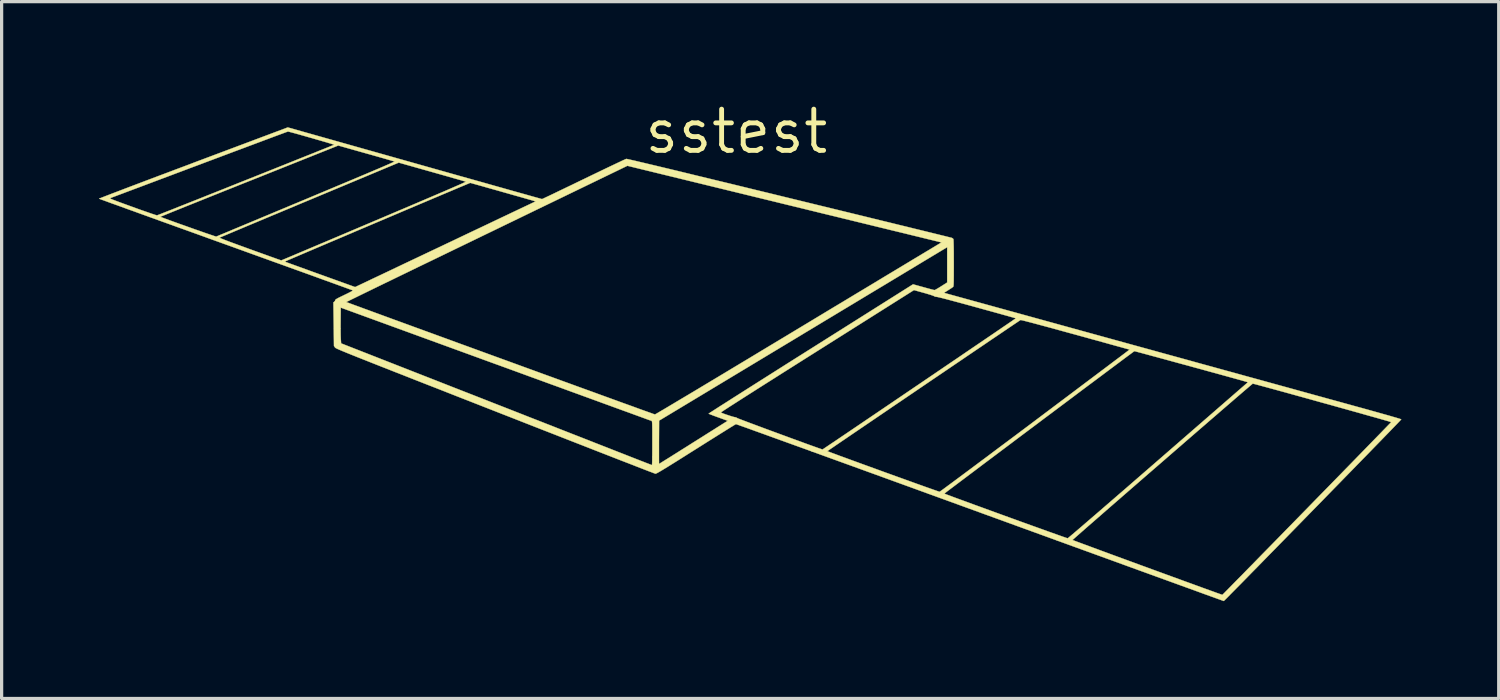
<source format=kicad_pcb>
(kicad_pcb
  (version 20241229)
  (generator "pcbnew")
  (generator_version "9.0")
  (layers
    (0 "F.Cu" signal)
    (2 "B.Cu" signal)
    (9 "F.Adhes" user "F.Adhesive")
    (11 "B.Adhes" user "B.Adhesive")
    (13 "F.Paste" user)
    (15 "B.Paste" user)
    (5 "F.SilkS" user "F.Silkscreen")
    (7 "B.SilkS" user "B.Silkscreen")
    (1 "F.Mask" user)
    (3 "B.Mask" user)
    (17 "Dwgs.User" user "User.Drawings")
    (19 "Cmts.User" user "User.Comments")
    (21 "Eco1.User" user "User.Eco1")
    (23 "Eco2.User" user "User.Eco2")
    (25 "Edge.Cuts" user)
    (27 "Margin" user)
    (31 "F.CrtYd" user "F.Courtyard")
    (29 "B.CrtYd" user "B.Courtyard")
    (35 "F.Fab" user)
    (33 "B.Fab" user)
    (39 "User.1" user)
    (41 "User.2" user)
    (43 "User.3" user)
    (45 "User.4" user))
  (footprint "sstest"
    (layer "F.Cu")
    (at 19.655 1.006)
    (property "Reference" "sstest" (at 0 0 0) (layer "F.SilkS") (effects (font (size 1.27 1.27) (thickness 0.15))))
    (attr through_hole)
    (fp_poly (pts (xy -9.918 0.978) (xy -9.61 1.065) (xy -9.309 1.15) (xy -9.014 1.233) (xy -8.728 1.314) (xy -8.451 1.392) (xy -8.183 1.467) (xy -7.927 1.539) (xy -7.682 1.608) (xy -7.45 1.674) (xy -7.232 1.735) (xy -7.028 1.793) (xy -6.84 1.846) (xy -6.668 1.894) (xy -6.513 1.937) (xy -6.376 1.976) (xy -6.259 2.009) (xy -6.162 2.036) (xy -6.085 2.057) (xy -6.031 2.072) (xy -5.999 2.081) (xy -5.991 2.083) (xy -5.978 2.077) (xy -5.943 2.062) (xy -5.889 2.036) (xy -5.816 2.002) (xy -5.726 1.959) (xy -5.621 1.909) (xy -5.502 1.851) (xy -5.37 1.788) (xy -5.227 1.719) (xy -5.074 1.646) (xy -4.914 1.568) (xy -4.746 1.487) (xy -4.704 1.467) (xy -4.535 1.385) (xy -4.371 1.306) (xy -4.215 1.231) (xy -4.068 1.16) (xy -3.932 1.095) (xy -3.807 1.036) (xy -3.696 0.983) (xy -3.6 0.938) (xy -3.521 0.9) (xy -3.459 0.872) (xy -3.417 0.853) (xy -3.396 0.844) (xy -3.394 0.843) (xy -3.38 0.845) (xy -3.345 0.852) (xy -3.29 0.864) (xy -3.213 0.882) (xy -3.115 0.904) (xy -2.995 0.933) (xy -2.853 0.966) (xy -2.69 1.005) (xy -2.504 1.049) (xy -2.296 1.099) (xy -2.065 1.154) (xy -1.812 1.215) (xy -1.536 1.282) (xy -1.237 1.355) (xy -0.914 1.433) (xy -0.568 1.517) (xy -0.199 1.606) (xy 0.195 1.702) (xy 0.612 1.804) (xy 1.054 1.911) (xy 1.52 2.025) (xy 1.627 2.051) (xy 1.976 2.136) (xy 2.32 2.22) (xy 2.656 2.302) (xy 2.985 2.382) (xy 3.305 2.46) (xy 3.616 2.536) (xy 3.916 2.609) (xy 4.205 2.68) (xy 4.482 2.748) (xy 4.747 2.812) (xy 4.998 2.874) (xy 5.234 2.931) (xy 5.455 2.986) (xy 5.66 3.036) (xy 5.848 3.082) (xy 6.019 3.124) (xy 6.17 3.161) (xy 6.303 3.194) (xy 6.415 3.221) (xy 6.506 3.244) (xy 6.575 3.261) (xy 6.621 3.273) (xy 6.644 3.278) (xy 6.646 3.279) (xy 6.676 3.297) (xy 6.693 3.316) (xy 6.696 3.333) (xy 6.698 3.375) (xy 6.7 3.438) (xy 6.702 3.523) (xy 6.704 3.627) (xy 6.705 3.749) (xy 6.705 3.887) (xy 6.706 4.04) (xy 6.706 4.055) (xy 6.706 4.208) (xy 6.705 4.338) (xy 6.705 4.447) (xy 6.704 4.536) (xy 6.704 4.608) (xy 6.702 4.665) (xy 6.701 4.708) (xy 6.698 4.739) (xy 6.696 4.761) (xy 6.692 4.776) (xy 6.688 4.785) (xy 6.684 4.791) (xy 6.683 4.791) (xy 6.664 4.805) (xy 6.629 4.83) (xy 6.582 4.86) (xy 6.532 4.892) (xy 6.403 4.974) (xy 12.361 6.617) (xy 12.752 6.724) (xy 13.141 6.832) (xy 13.527 6.938) (xy 13.91 7.043) (xy 14.287 7.148) (xy 14.659 7.25) (xy 15.025 7.351) (xy 15.383 7.449) (xy 15.732 7.546) (xy 16.072 7.639) (xy 16.401 7.73) (xy 16.72 7.818) (xy 17.026 7.902) (xy 17.319 7.983) (xy 17.597 8.06) (xy 17.861 8.133) (xy 18.109 8.201) (xy 18.34 8.265) (xy 18.553 8.323) (xy 18.747 8.377) (xy 18.922 8.425) (xy 19.076 8.468) (xy 19.208 8.504) (xy 19.318 8.534) (xy 19.404 8.558) (xy 19.412 8.56) (xy 19.573 8.605) (xy 19.727 8.648) (xy 19.872 8.689) (xy 20.007 8.727) (xy 20.129 8.761) (xy 20.237 8.793) (xy 20.329 8.819) (xy 20.404 8.842) (xy 20.459 8.859) (xy 20.493 8.87) (xy 20.504 8.875) (xy 20.495 8.885) (xy 20.47 8.913) (xy 20.428 8.956) (xy 20.371 9.016) (xy 20.299 9.09) (xy 20.214 9.178) (xy 20.116 9.28) (xy 20.006 9.393) (xy 19.885 9.518) (xy 19.753 9.653) (xy 19.612 9.798) (xy 19.463 9.952) (xy 19.305 10.113) (xy 19.14 10.282) (xy 18.97 10.457) (xy 18.793 10.638) (xy 18.613 10.823) (xy 18.428 11.012) (xy 18.241 11.204) (xy 18.052 11.398) (xy 17.861 11.593) (xy 17.67 11.788) (xy 17.48 11.983) (xy 17.29 12.177) (xy 17.103 12.368) (xy 16.919 12.557) (xy 16.738 12.741) (xy 16.562 12.921) (xy 16.391 13.095) (xy 16.227 13.263) (xy 16.07 13.424) (xy 15.92 13.576) (xy 15.779 13.72) (xy 15.648 13.854) (xy 15.527 13.977) (xy 15.417 14.088) (xy 15.319 14.187) (xy 15.234 14.273) (xy 15.163 14.346) (xy 15.106 14.403) (xy 15.064 14.444) (xy 15.039 14.469) (xy 15.03 14.476) (xy 15.018 14.472) (xy 14.982 14.459) (xy 14.924 14.438) (xy 14.843 14.409) (xy 14.742 14.372) (xy 14.619 14.328) (xy 14.477 14.277) (xy 14.315 14.218) (xy 14.135 14.152) (xy 13.936 14.08) (xy 13.72 14.002) (xy 13.487 13.917) (xy 13.238 13.827) (xy 12.973 13.731) (xy 12.693 13.629) (xy 12.4 13.523) (xy 12.092 13.411) (xy 11.771 13.294) (xy 11.438 13.173) (xy 11.094 13.048) (xy 10.738 12.919) (xy 10.371 12.786) (xy 9.995 12.649) (xy 9.847 12.595) (xy 10.366 12.595) (xy 10.378 12.6) (xy 10.412 12.613) (xy 10.467 12.634) (xy 10.542 12.662) (xy 10.634 12.696) (xy 10.744 12.737) (xy 10.87 12.783) (xy 11.009 12.835) (xy 11.161 12.891) (xy 11.324 12.951) (xy 11.497 13.015) (xy 11.679 13.082) (xy 11.868 13.151) (xy 12.062 13.222) (xy 12.261 13.295) (xy 12.462 13.369) (xy 12.665 13.443) (xy 12.869 13.518) (xy 13.07 13.591) (xy 13.269 13.664) (xy 13.464 13.735) (xy 13.654 13.804) (xy 13.836 13.871) (xy 14.011 13.934) (xy 14.175 13.994) (xy 14.328 14.05) (xy 14.469 14.101) (xy 14.596 14.147) (xy 14.708 14.187) (xy 14.803 14.222) (xy 14.879 14.249) (xy 14.937 14.269) (xy 14.973 14.282) (xy 14.987 14.286) (xy 14.996 14.278) (xy 15.023 14.251) (xy 15.066 14.208) (xy 15.124 14.149) (xy 15.197 14.075) (xy 15.285 13.985) (xy 15.386 13.882) (xy 15.5 13.766) (xy 15.627 13.638) (xy 15.764 13.497) (xy 15.913 13.346) (xy 16.071 13.184) (xy 16.239 13.012) (xy 16.416 12.832) (xy 16.601 12.643) (xy 16.793 12.447) (xy 16.991 12.244) (xy 17.196 12.035) (xy 17.405 11.821) (xy 17.592 11.63) (xy 17.805 11.411) (xy 18.014 11.197) (xy 18.218 10.989) (xy 18.416 10.786) (xy 18.607 10.591) (xy 18.79 10.403) (xy 18.966 10.223) (xy 19.132 10.052) (xy 19.289 9.891) (xy 19.436 9.74) (xy 19.572 9.6) (xy 19.697 9.472) (xy 19.809 9.357) (xy 19.908 9.255) (xy 19.994 9.166) (xy 20.065 9.093) (xy 20.121 9.035) (xy 20.162 8.993) (xy 20.186 8.968) (xy 20.192 8.96) (xy 20.181 8.956) (xy 20.146 8.945) (xy 20.09 8.928) (xy 20.014 8.906) (xy 19.919 8.879) (xy 19.808 8.847) (xy 19.681 8.811) (xy 19.54 8.772) (xy 19.387 8.729) (xy 19.223 8.682) (xy 19.05 8.634) (xy 18.868 8.583) (xy 18.681 8.531) (xy 18.488 8.477) (xy 18.293 8.422) (xy 18.095 8.368) (xy 17.898 8.313) (xy 17.701 8.258) (xy 17.507 8.204) (xy 17.318 8.152) (xy 17.134 8.101) (xy 16.958 8.052) (xy 16.79 8.006) (xy 16.633 7.963) (xy 16.487 7.923) (xy 16.355 7.887) (xy 16.237 7.855) (xy 16.136 7.828) (xy 16.053 7.805) (xy 15.99 7.789) (xy 15.947 7.778) (xy 15.926 7.773) (xy 15.925 7.773) (xy 15.915 7.781) (xy 15.886 7.805) (xy 15.839 7.844) (xy 15.777 7.898) (xy 15.698 7.965) (xy 15.606 8.044) (xy 15.499 8.136) (xy 15.38 8.238) (xy 15.25 8.351) (xy 15.108 8.473) (xy 14.956 8.604) (xy 14.796 8.743) (xy 14.627 8.888) (xy 14.451 9.041) (xy 14.269 9.198) (xy 14.082 9.36) (xy 13.89 9.526) (xy 13.695 9.696) (xy 13.497 9.867) (xy 13.298 10.04) (xy 13.098 10.214) (xy 12.898 10.387) (xy 12.699 10.559) (xy 12.502 10.73) (xy 12.309 10.898) (xy 12.119 11.063) (xy 11.934 11.224) (xy 11.755 11.38) (xy 11.582 11.53) (xy 11.417 11.673) (xy 11.261 11.81) (xy 11.114 11.938) (xy 10.978 12.057) (xy 10.852 12.166) (xy 10.739 12.265) (xy 10.64 12.352) (xy 10.554 12.428) (xy 10.483 12.49) (xy 10.428 12.539) (xy 10.39 12.573) (xy 10.37 12.591) (xy 10.366 12.595) (xy 9.847 12.595) (xy 9.61 12.509) (xy 9.216 12.366) (xy 8.814 12.22) (xy 8.405 12.071) (xy 7.99 11.92) (xy 7.568 11.767) (xy 7.512 11.746) (xy 7.09 11.593) (xy 6.673 11.441) (xy 6.263 11.292) (xy 5.91 11.164) (xy 6.414 11.164) (xy 6.426 11.169) (xy 6.46 11.183) (xy 6.514 11.204) (xy 6.588 11.231) (xy 6.68 11.266) (xy 6.788 11.306) (xy 6.911 11.351) (xy 7.046 11.4) (xy 7.193 11.454) (xy 7.35 11.512) (xy 7.516 11.572) (xy 7.689 11.635) (xy 7.866 11.7) (xy 8.048 11.766) (xy 8.232 11.833) (xy 8.416 11.9) (xy 8.6 11.966) (xy 8.781 12.032) (xy 8.959 12.096) (xy 9.131 12.158) (xy 9.296 12.217) (xy 9.452 12.273) (xy 9.598 12.326) (xy 9.733 12.374) (xy 9.854 12.417) (xy 9.961 12.455) (xy 10.051 12.487) (xy 10.123 12.512) (xy 10.176 12.53) (xy 10.208 12.54) (xy 10.218 12.543) (xy 10.229 12.534) (xy 10.259 12.51) (xy 10.307 12.47) (xy 10.372 12.415) (xy 10.452 12.347) (xy 10.548 12.265) (xy 10.659 12.17) (xy 10.783 12.063) (xy 10.92 11.945) (xy 11.07 11.816) (xy 11.231 11.677) (xy 11.403 11.528) (xy 11.585 11.371) (xy 11.776 11.205) (xy 11.976 11.033) (xy 12.183 10.853) (xy 12.397 10.667) (xy 12.617 10.476) (xy 12.843 10.28) (xy 13.01 10.135) (xy 15.777 7.73) (xy 15.721 7.714) (xy 15.664 7.698) (xy 15.588 7.676) (xy 15.494 7.65) (xy 15.383 7.619) (xy 15.259 7.585) (xy 15.121 7.547) (xy 14.973 7.506) (xy 14.815 7.462) (xy 14.649 7.417) (xy 14.478 7.37) (xy 14.302 7.321) (xy 14.123 7.273) (xy 13.944 7.223) (xy 13.765 7.175) (xy 13.589 7.127) (xy 13.417 7.08) (xy 13.25 7.034) (xy 13.091 6.991) (xy 12.942 6.95) (xy 12.803 6.913) (xy 12.676 6.878) (xy 12.564 6.848) (xy 12.468 6.822) (xy 12.389 6.801) (xy 12.329 6.785) (xy 12.291 6.775) (xy 12.275 6.772) (xy 12.274 6.772) (xy 12.263 6.779) (xy 12.232 6.802) (xy 12.183 6.838) (xy 12.117 6.887) (xy 12.034 6.948) (xy 11.936 7.021) (xy 11.824 7.105) (xy 11.698 7.199) (xy 11.56 7.302) (xy 11.41 7.414) (xy 11.25 7.534) (xy 11.08 7.661) (xy 10.901 7.794) (xy 10.715 7.933) (xy 10.523 8.077) (xy 10.325 8.226) (xy 10.122 8.378) (xy 9.916 8.532) (xy 9.707 8.689) (xy 9.496 8.846) (xy 9.285 9.005) (xy 9.074 9.163) (xy 8.864 9.32) (xy 8.656 9.476) (xy 8.452 9.63) (xy 8.252 9.78) (xy 8.057 9.926) (xy 7.868 10.068) (xy 7.686 10.204) (xy 7.512 10.335) (xy 7.348 10.459) (xy 7.193 10.575) (xy 7.05 10.683) (xy 6.918 10.782) (xy 6.8 10.871) (xy 6.695 10.95) (xy 6.606 11.017) (xy 6.532 11.073) (xy 6.475 11.116) (xy 6.437 11.146) (xy 6.417 11.162) (xy 6.414 11.164) (xy 5.91 11.164) (xy 5.86 11.146) (xy 5.465 11.002) (xy 5.079 10.862) (xy 4.701 10.725) (xy 4.333 10.591) (xy 3.976 10.462) (xy 3.63 10.336) (xy 3.295 10.215) (xy 2.972 10.098) (xy 2.663 9.986) (xy 2.367 9.878) (xy 2.303 9.855) (xy 2.807 9.855) (xy 2.819 9.861) (xy 2.853 9.874) (xy 2.907 9.895) (xy 2.981 9.922) (xy 3.072 9.956) (xy 3.179 9.996) (xy 3.3 10.04) (xy 3.434 10.089) (xy 3.578 10.142) (xy 3.732 10.198) (xy 3.893 10.257) (xy 4.061 10.318) (xy 4.233 10.38) (xy 4.408 10.444) (xy 4.584 10.508) (xy 4.759 10.571) (xy 4.933 10.634) (xy 5.103 10.695) (xy 5.267 10.754) (xy 5.425 10.811) (xy 5.574 10.865) (xy 5.713 10.914) (xy 5.84 10.96) (xy 5.954 11) (xy 6.053 11.035) (xy 6.135 11.064) (xy 6.199 11.086) (xy 6.243 11.101) (xy 6.265 11.108) (xy 6.267 11.109) (xy 6.28 11.101) (xy 6.311 11.078) (xy 6.362 11.042) (xy 6.43 10.992) (xy 6.515 10.929) (xy 6.617 10.854) (xy 6.733 10.768) (xy 6.865 10.67) (xy 7.01 10.562) (xy 7.169 10.444) (xy 7.339 10.317) (xy 7.521 10.181) (xy 7.714 10.038) (xy 7.916 9.886) (xy 8.127 9.728) (xy 8.347 9.564) (xy 8.574 9.395) (xy 8.807 9.22) (xy 9.046 9.041) (xy 9.211 8.917) (xy 9.453 8.735) (xy 9.69 8.557) (xy 9.92 8.384) (xy 10.144 8.216) (xy 10.36 8.054) (xy 10.567 7.898) (xy 10.765 7.749) (xy 10.953 7.608) (xy 11.13 7.475) (xy 11.295 7.351) (xy 11.448 7.236) (xy 11.587 7.131) (xy 11.712 7.037) (xy 11.823 6.954) (xy 11.917 6.883) (xy 11.995 6.824) (xy 12.055 6.778) (xy 12.098 6.746) (xy 12.121 6.728) (xy 12.126 6.724) (xy 12.113 6.72) (xy 12.078 6.71) (xy 12.02 6.694) (xy 11.943 6.673) (xy 11.847 6.646) (xy 11.733 6.615) (xy 11.603 6.579) (xy 11.459 6.539) (xy 11.301 6.495) (xy 11.132 6.448) (xy 10.952 6.399) (xy 10.763 6.346) (xy 10.566 6.292) (xy 10.454 6.261) (xy 10.189 6.189) (xy 9.949 6.123) (xy 9.733 6.063) (xy 9.539 6.011) (xy 9.368 5.965) (xy 9.219 5.925) (xy 9.092 5.891) (xy 8.987 5.864) (xy 8.902 5.842) (xy 8.838 5.826) (xy 8.793 5.816) (xy 8.768 5.812) (xy 8.762 5.812) (xy 8.75 5.82) (xy 8.717 5.842) (xy 8.665 5.877) (xy 8.596 5.923) (xy 8.51 5.981) (xy 8.408 6.05) (xy 8.291 6.129) (xy 8.16 6.218) (xy 8.017 6.315) (xy 7.862 6.419) (xy 7.696 6.532) (xy 7.521 6.651) (xy 7.337 6.775) (xy 7.145 6.905) (xy 6.947 7.04) (xy 6.743 7.178) (xy 6.534 7.32) (xy 6.322 7.464) (xy 6.108 7.609) (xy 5.891 7.756) (xy 5.675 7.903) (xy 5.459 8.05) (xy 5.244 8.196) (xy 5.032 8.34) (xy 4.823 8.481) (xy 4.62 8.62) (xy 4.421 8.755) (xy 4.23 8.885) (xy 4.046 9.01) (xy 3.871 9.129) (xy 3.705 9.242) (xy 3.55 9.347) (xy 3.407 9.445) (xy 3.277 9.533) (xy 3.16 9.613) (xy 3.058 9.682) (xy 2.973 9.741) (xy 2.903 9.788) (xy 2.852 9.824) (xy 2.82 9.846) (xy 2.807 9.855) (xy 2.807 9.855) (xy 2.303 9.855) (xy 2.085 9.776) (xy 1.818 9.68) (xy 1.566 9.589) (xy 1.331 9.504) (xy 1.112 9.425) (xy 0.911 9.352) (xy 0.728 9.286) (xy 0.563 9.227) (xy 0.418 9.174) (xy 0.293 9.129) (xy 0.188 9.092) (xy 0.104 9.062) (xy 0.043 9.04) (xy 0.004 9.027) (xy -0.012 9.022) (xy -0.013 9.022) (xy -0.026 9.029) (xy -0.059 9.049) (xy -0.111 9.081) (xy -0.18 9.123) (xy -0.265 9.176) (xy -0.365 9.239) (xy -0.478 9.309) (xy -0.602 9.387) (xy -0.738 9.472) (xy -0.882 9.562) (xy -1.034 9.658) (xy -1.192 9.758) (xy -1.245 9.791) (xy -1.436 9.911) (xy -1.607 10.019) (xy -1.758 10.114) (xy -1.892 10.198) (xy -2.008 10.27) (xy -2.109 10.333) (xy -2.196 10.386) (xy -2.268 10.43) (xy -2.329 10.466) (xy -2.378 10.495) (xy -2.417 10.517) (xy -2.447 10.533) (xy -2.469 10.543) (xy -2.484 10.549) (xy -2.494 10.551) (xy -2.496 10.551) (xy -2.51 10.546) (xy -2.547 10.532) (xy -2.606 10.509) (xy -2.687 10.479) (xy -2.788 10.44) (xy -2.909 10.393) (xy -3.049 10.339) (xy -3.206 10.277) (xy -3.382 10.209) (xy -3.574 10.135) (xy -3.781 10.054) (xy -4.004 9.967) (xy -4.241 9.875) (xy -4.491 9.777) (xy -4.754 9.674) (xy -5.029 9.567) (xy -5.315 9.455) (xy -5.611 9.339) (xy -5.917 9.22) (xy -6.231 9.097) (xy -6.553 8.971) (xy -6.883 8.841) (xy -7.219 8.71) (xy -7.441 8.623) (xy -7.846 8.464) (xy -8.229 8.314) (xy -8.59 8.173) (xy -8.928 8.04) (xy -9.246 7.915) (xy -9.544 7.799) (xy -9.822 7.69) (xy -10.081 7.588) (xy -10.321 7.493) (xy -10.545 7.406) (xy -10.751 7.324) (xy -10.941 7.25) (xy -11.115 7.181) (xy -11.275 7.118) (xy -11.42 7.06) (xy -11.552 7.008) (xy -11.671 6.961) (xy -11.778 6.918) (xy -11.873 6.88) (xy -11.957 6.846) (xy -12.031 6.816) (xy -12.096 6.789) (xy -12.152 6.766) (xy -12.199 6.746) (xy -12.24 6.729) (xy -12.273 6.714) (xy -12.3 6.702) (xy -12.322 6.692) (xy -12.339 6.683) (xy -12.352 6.676) (xy -12.362 6.67) (xy -12.368 6.665) (xy -12.373 6.66) (xy -12.376 6.657) (xy -12.377 6.655) (xy -12.407 6.61) (xy -12.415 5.969) (xy -12.202 5.969) (xy -12.202 6.075) (xy -12.201 6.175) (xy -12.2 6.263) (xy -12.198 6.337) (xy -12.196 6.392) (xy -12.195 6.412) (xy -12.186 6.532) (xy -9.614 7.54) (xy -9.35 7.643) (xy -9.083 7.748) (xy -8.813 7.854) (xy -8.542 7.96) (xy -8.273 8.065) (xy -8.007 8.169) (xy -7.747 8.271) (xy -7.493 8.371) (xy -7.247 8.467) (xy -7.012 8.559) (xy -6.79 8.646) (xy -6.581 8.728) (xy -6.389 8.804) (xy -6.214 8.872) (xy -6.058 8.933) (xy -5.924 8.985) (xy -5.893 8.998) (xy -5.697 9.074) (xy -5.485 9.158) (xy -5.26 9.246) (xy -5.028 9.337) (xy -4.792 9.429) (xy -4.557 9.521) (xy -4.327 9.612) (xy -4.107 9.698) (xy -3.9 9.779) (xy -3.712 9.853) (xy -3.677 9.867) (xy -3.52 9.928) (xy -3.37 9.987) (xy -3.228 10.043) (xy -3.097 10.094) (xy -2.977 10.141) (xy -2.871 10.182) (xy -2.779 10.218) (xy -2.705 10.246) (xy -2.649 10.268) (xy -2.614 10.281) (xy -2.6 10.286) (xy -2.6 10.286) (xy -2.599 10.274) (xy -2.597 10.239) (xy -2.595 10.183) (xy -2.594 10.108) (xy -2.593 10.018) (xy -2.592 9.938) (xy -2.385 9.938) (xy -2.385 10.034) (xy -2.385 10.116) (xy -2.384 10.18) (xy -2.384 10.224) (xy -2.383 10.247) (xy -2.382 10.249) (xy -2.371 10.242) (xy -2.34 10.223) (xy -2.29 10.192) (xy -2.223 10.15) (xy -2.141 10.099) (xy -2.044 10.039) (xy -1.935 9.97) (xy -1.815 9.895) (xy -1.686 9.813) (xy -1.548 9.727) (xy -1.404 9.636) (xy -1.357 9.606) (xy -1.21 9.514) (xy -1.068 9.425) (xy -0.934 9.34) (xy -0.809 9.261) (xy -0.693 9.189) (xy -0.59 9.123) (xy -0.5 9.067) (xy -0.424 9.019) (xy -0.365 8.982) (xy -0.324 8.957) (xy -0.303 8.943) (xy -0.301 8.942) (xy -0.265 8.919) (xy -0.555 8.814) (xy -0.636 8.785) (xy -0.709 8.758) (xy -0.771 8.734) (xy -0.818 8.716) (xy -0.847 8.704) (xy -0.854 8.7) (xy -0.845 8.693) (xy -0.814 8.672) (xy -0.8 8.663) (xy -0.479 8.663) (xy -0.449 8.677) (xy -0.402 8.695) (xy -0.344 8.717) (xy -0.278 8.739) (xy -0.212 8.761) (xy -0.15 8.781) (xy -0.098 8.796) (xy -0.063 8.805) (xy -0.053 8.806) (xy -0.007 8.816) (xy 0.029 8.836) (xy 0.029 8.836) (xy 0.043 8.843) (xy 0.08 8.858) (xy 0.136 8.879) (xy 0.211 8.908) (xy 0.302 8.942) (xy 0.407 8.982) (xy 0.525 9.026) (xy 0.654 9.074) (xy 0.791 9.125) (xy 0.936 9.179) (xy 1.085 9.234) (xy 1.238 9.29) (xy 1.392 9.347) (xy 1.545 9.403) (xy 1.696 9.459) (xy 1.843 9.512) (xy 1.983 9.563) (xy 2.115 9.612) (xy 2.237 9.656) (xy 2.348 9.696) (xy 2.444 9.73) (xy 2.525 9.759) (xy 2.589 9.781) (xy 2.633 9.796) (xy 2.656 9.803) (xy 2.658 9.804) (xy 2.669 9.797) (xy 2.701 9.776) (xy 2.751 9.742) (xy 2.82 9.696) (xy 2.907 9.637) (xy 3.011 9.568) (xy 3.131 9.487) (xy 3.265 9.396) (xy 3.415 9.295) (xy 3.577 9.185) (xy 3.752 9.067) (xy 3.939 8.94) (xy 4.137 8.806) (xy 4.345 8.665) (xy 4.562 8.518) (xy 4.788 8.365) (xy 5.021 8.207) (xy 5.261 8.044) (xy 5.507 7.877) (xy 5.646 7.783) (xy 5.895 7.614) (xy 6.138 7.449) (xy 6.374 7.288) (xy 6.604 7.132) (xy 6.826 6.982) (xy 7.038 6.837) (xy 7.241 6.699) (xy 7.434 6.568) (xy 7.615 6.445) (xy 7.784 6.33) (xy 7.94 6.224) (xy 8.082 6.127) (xy 8.209 6.04) (xy 8.321 5.964) (xy 8.416 5.899) (xy 8.494 5.846) (xy 8.554 5.804) (xy 8.596 5.776) (xy 8.617 5.761) (xy 8.62 5.759) (xy 8.608 5.755) (xy 8.573 5.745) (xy 8.516 5.729) (xy 8.44 5.708) (xy 8.347 5.681) (xy 8.237 5.651) (xy 8.113 5.616) (xy 7.976 5.578) (xy 7.828 5.537) (xy 7.67 5.494) (xy 7.505 5.448) (xy 7.436 5.429) (xy 7.241 5.375) (xy 7.058 5.325) (xy 6.889 5.279) (xy 6.736 5.238) (xy 6.598 5.201) (xy 6.478 5.169) (xy 6.377 5.143) (xy 6.296 5.123) (xy 6.236 5.109) (xy 6.199 5.101) (xy 6.188 5.099) (xy 6.138 5.093) (xy 6.103 5.079) (xy 6.098 5.075) (xy 6.079 5.066) (xy 6.04 5.052) (xy 5.984 5.033) (xy 5.914 5.012) (xy 5.834 4.988) (xy 5.776 4.972) (xy 5.477 4.889) (xy 2.491 6.772) (xy 2.204 6.953) (xy 1.927 7.128) (xy 1.663 7.295) (xy 1.411 7.454) (xy 1.172 7.606) (xy 0.947 7.748) (xy 0.735 7.882) (xy 0.539 8.007) (xy 0.358 8.122) (xy 0.193 8.227) (xy 0.045 8.322) (xy -0.086 8.406) (xy -0.199 8.478) (xy -0.294 8.54) (xy -0.37 8.589) (xy -0.426 8.626) (xy -0.463 8.651) (xy -0.478 8.663) (xy -0.479 8.663) (xy -0.8 8.663) (xy -0.764 8.64) (xy -0.695 8.595) (xy -0.607 8.538) (xy -0.503 8.471) (xy -0.381 8.394) (xy -0.244 8.307) (xy -0.093 8.21) (xy 0.073 8.105) (xy 0.252 7.991) (xy 0.443 7.87) (xy 0.645 7.742) (xy 0.858 7.607) (xy 1.081 7.466) (xy 1.313 7.319) (xy 1.553 7.167) (xy 1.8 7.011) (xy 2.054 6.851) (xy 2.292 6.701) (xy 5.449 4.711) (xy 5.771 4.8) (xy 5.858 4.824) (xy 5.938 4.846) (xy 6.006 4.864) (xy 6.061 4.878) (xy 6.097 4.887) (xy 6.112 4.889) (xy 6.129 4.883) (xy 6.163 4.865) (xy 6.211 4.837) (xy 6.268 4.803) (xy 6.317 4.772) (xy 6.502 4.655) (xy 6.502 3.566) (xy 6.448 3.598) (xy 6.434 3.607) (xy 6.398 3.628) (xy 6.342 3.662) (xy 6.267 3.707) (xy 6.173 3.764) (xy 6.06 3.831) (xy 5.931 3.909) (xy 5.784 3.997) (xy 5.622 4.095) (xy 5.445 4.202) (xy 5.253 4.317) (xy 5.048 4.441) (xy 4.83 4.572) (xy 4.6 4.711) (xy 4.358 4.856) (xy 4.105 5.008) (xy 3.843 5.166) (xy 3.571 5.33) (xy 3.291 5.498) (xy 3.003 5.672) (xy 2.708 5.849) (xy 2.407 6.031) (xy 2.1 6.215) (xy 2.007 6.272) (xy -2.381 8.914) (xy -2.385 9.581) (xy -2.385 9.709) (xy -2.385 9.828) (xy -2.385 9.938) (xy -2.592 9.938) (xy -2.592 9.914) (xy -2.591 9.798) (xy -2.591 9.673) (xy -2.591 9.608) (xy -2.591 9.46) (xy -2.591 9.334) (xy -2.591 9.23) (xy -2.592 9.145) (xy -2.593 9.078) (xy -2.594 9.026) (xy -2.596 8.987) (xy -2.598 8.959) (xy -2.601 8.941) (xy -2.605 8.93) (xy -2.609 8.924) (xy -2.613 8.922) (xy -2.626 8.917) (xy -2.663 8.904) (xy -2.722 8.883) (xy -2.802 8.854) (xy -2.902 8.817) (xy -3.023 8.773) (xy -3.163 8.722) (xy -3.321 8.664) (xy -3.496 8.601) (xy -3.688 8.531) (xy -3.896 8.455) (xy -4.119 8.374) (xy -4.356 8.287) (xy -4.607 8.196) (xy -4.87 8.1) (xy -5.145 8) (xy -5.431 7.895) (xy -5.727 7.788) (xy -6.033 7.676) (xy -6.347 7.562) (xy -6.669 7.444) (xy -6.998 7.324) (xy -7.333 7.202) (xy -7.417 7.172) (xy -12.198 5.429) (xy -12.201 5.861) (xy -12.202 5.969) (xy -12.415 5.969) (xy -12.425 5.269) (xy -12.408 5.258) (xy -12.027 5.258) (xy -12.015 5.263) (xy -11.98 5.276) (xy -11.923 5.297) (xy -11.846 5.326) (xy -11.748 5.362) (xy -11.632 5.404) (xy -11.497 5.454) (xy -11.346 5.509) (xy -11.178 5.571) (xy -10.995 5.638) (xy -10.799 5.71) (xy -10.589 5.787) (xy -10.366 5.868) (xy -10.133 5.953) (xy -9.89 6.042) (xy -9.637 6.134) (xy -9.376 6.229) (xy -9.108 6.327) (xy -8.833 6.427) (xy -8.553 6.53) (xy -8.269 6.633) (xy -7.981 6.738) (xy -7.691 6.844) (xy -7.4 6.95) (xy -7.108 7.056) (xy -6.817 7.162) (xy -6.527 7.268) (xy -6.24 7.372) (xy -5.956 7.476) (xy -5.677 7.577) (xy -5.403 7.677) (xy -5.135 7.774) (xy -4.875 7.869) (xy -4.623 7.96) (xy -4.38 8.048) (xy -4.148 8.133) (xy -3.927 8.213) (xy -3.718 8.289) (xy -3.523 8.36) (xy -3.342 8.425) (xy -3.175 8.485) (xy -3.026 8.54) (xy -2.893 8.588) (xy -2.778 8.629) (xy -2.682 8.663) (xy -2.607 8.69) (xy -2.552 8.71) (xy -2.52 8.721) (xy -2.51 8.724) (xy -2.498 8.718) (xy -2.464 8.699) (xy -2.41 8.668) (xy -2.338 8.625) (xy -2.247 8.572) (xy -2.139 8.508) (xy -2.015 8.434) (xy -1.876 8.351) (xy -1.722 8.259) (xy -1.554 8.159) (xy -1.374 8.052) (xy -1.182 7.937) (xy -0.979 7.815) (xy -0.767 7.688) (xy -0.545 7.555) (xy -0.315 7.417) (xy -0.078 7.274) (xy 0.165 7.128) (xy 0.354 7.015) (xy 0.753 6.774) (xy 1.132 6.546) (xy 1.49 6.331) (xy 1.828 6.127) (xy 2.147 5.935) (xy 2.447 5.754) (xy 2.729 5.584) (xy 2.994 5.424) (xy 3.243 5.275) (xy 3.475 5.135) (xy 3.692 5.004) (xy 3.894 4.883) (xy 4.082 4.77) (xy 4.256 4.665) (xy 4.418 4.567) (xy 4.567 4.477) (xy 4.705 4.394) (xy 4.832 4.318) (xy 4.948 4.248) (xy 5.055 4.184) (xy 5.153 4.125) (xy 5.242 4.071) (xy 5.324 4.022) (xy 5.398 3.977) (xy 5.466 3.936) (xy 5.528 3.899) (xy 5.585 3.865) (xy 5.637 3.834) (xy 5.685 3.805) (xy 5.729 3.778) (xy 5.771 3.753) (xy 5.811 3.729) (xy 5.85 3.705) (xy 5.888 3.683) (xy 5.91 3.67) (xy 6.326 3.419) (xy 5.827 3.297) (xy 5.777 3.285) (xy 5.702 3.266) (xy 5.606 3.243) (xy 5.487 3.214) (xy 5.348 3.18) (xy 5.19 3.141) (xy 5.013 3.098) (xy 4.818 3.051) (xy 4.607 2.999) (xy 4.38 2.944) (xy 4.139 2.885) (xy 3.885 2.823) (xy 3.618 2.758) (xy 3.339 2.69) (xy 3.051 2.619) (xy 2.752 2.547) (xy 2.446 2.472) (xy 2.132 2.395) (xy 1.812 2.317) (xy 1.487 2.238) (xy 1.157 2.157) (xy 0.984 2.115) (xy -3.359 1.056) (xy -5.715 2.196) (xy -5.982 2.325) (xy -6.263 2.461) (xy -6.556 2.603) (xy -6.859 2.75) (xy -7.168 2.899) (xy -7.481 3.051) (xy -7.796 3.203) (xy -8.109 3.355) (xy -8.419 3.505) (xy -8.721 3.651) (xy -9.014 3.793) (xy -9.295 3.929) (xy -9.562 4.058) (xy -9.811 4.178) (xy -10.039 4.289) (xy -10.049 4.294) (xy -10.26 4.396) (xy -10.464 4.495) (xy -10.661 4.591) (xy -10.85 4.682) (xy -11.029 4.769) (xy -11.197 4.851) (xy -11.353 4.927) (xy -11.495 4.996) (xy -11.624 5.059) (xy -11.736 5.114) (xy -11.832 5.161) (xy -11.91 5.199) (xy -11.969 5.228) (xy -12.008 5.248) (xy -12.026 5.257) (xy -12.027 5.258) (xy -12.408 5.258) (xy -12.397 5.25) (xy -12.376 5.225) (xy -12.369 5.203) (xy -12.366 5.193) (xy -12.356 5.181) (xy -12.335 5.166) (xy -12.302 5.147) (xy -12.254 5.121) (xy -12.188 5.089) (xy -12.101 5.047) (xy -12.091 5.042) (xy -12.014 5.005) (xy -11.946 4.971) (xy -11.89 4.942) (xy -11.849 4.919) (xy -11.826 4.905) (xy -11.821 4.9) (xy -11.834 4.895) (xy -11.869 4.882) (xy -11.927 4.861) (xy -12.006 4.832) (xy -12.105 4.796) (xy -12.224 4.753) (xy -12.361 4.703) (xy -12.516 4.647) (xy -12.688 4.585) (xy -12.875 4.517) (xy -13.078 4.443) (xy -13.295 4.365) (xy -13.525 4.282) (xy -13.767 4.195) (xy -14.021 4.103) (xy -14.277 4.011) (xy -13.926 4.011) (xy -13.913 4.016) (xy -13.879 4.029) (xy -13.824 4.049) (xy -13.75 4.076) (xy -13.659 4.109) (xy -13.552 4.148) (xy -13.432 4.191) (xy -13.299 4.239) (xy -13.157 4.291) (xy -13.005 4.346) (xy -12.847 4.403) (xy -12.838 4.406) (xy -11.755 4.796) (xy -11.589 4.718) (xy -11.562 4.705) (xy -11.513 4.682) (xy -11.444 4.649) (xy -11.355 4.607) (xy -11.247 4.555) (xy -11.122 4.496) (xy -10.98 4.429) (xy -10.824 4.355) (xy -10.653 4.274) (xy -10.469 4.186) (xy -10.274 4.093) (xy -10.067 3.995) (xy -9.851 3.893) (xy -9.626 3.786) (xy -9.394 3.676) (xy -9.155 3.563) (xy -8.912 3.447) (xy -8.807 3.398) (xy -8.564 3.282) (xy -8.327 3.169) (xy -8.097 3.06) (xy -7.875 2.955) (xy -7.662 2.854) (xy -7.459 2.757) (xy -7.268 2.666) (xy -7.088 2.581) (xy -6.922 2.502) (xy -6.77 2.43) (xy -6.634 2.365) (xy -6.513 2.308) (xy -6.41 2.259) (xy -6.326 2.219) (xy -6.26 2.188) (xy -6.215 2.166) (xy -6.192 2.155) (xy -6.188 2.153) (xy -6.2 2.15) (xy -6.234 2.14) (xy -6.288 2.124) (xy -6.359 2.104) (xy -6.447 2.079) (xy -6.548 2.05) (xy -6.66 2.018) (xy -6.781 1.984) (xy -6.909 1.948) (xy -7.042 1.91) (xy -7.177 1.872) (xy -7.313 1.833) (xy -7.447 1.795) (xy -7.576 1.759) (xy -7.7 1.724) (xy -7.815 1.691) (xy -7.919 1.662) (xy -8.011 1.636) (xy -8.087 1.615) (xy -8.146 1.598) (xy -8.186 1.587) (xy -8.204 1.583) (xy -8.204 1.583) (xy -8.217 1.587) (xy -8.251 1.601) (xy -8.306 1.624) (xy -8.381 1.656) (xy -8.475 1.695) (xy -8.586 1.741) (xy -8.712 1.795) (xy -8.854 1.855) (xy -9.009 1.92) (xy -9.176 1.991) (xy -9.355 2.066) (xy -9.543 2.146) (xy -9.74 2.229) (xy -9.945 2.316) (xy -10.156 2.405) (xy -10.372 2.497) (xy -10.591 2.59) (xy -10.813 2.684) (xy -11.037 2.779) (xy -11.261 2.874) (xy -11.484 2.969) (xy -11.704 3.062) (xy -11.921 3.155) (xy -12.133 3.245) (xy -12.339 3.333) (xy -12.539 3.417) (xy -12.729 3.498) (xy -12.91 3.575) (xy -13.081 3.648) (xy -13.239 3.715) (xy -13.384 3.777) (xy -13.514 3.833) (xy -13.629 3.882) (xy -13.727 3.924) (xy -13.807 3.958) (xy -13.867 3.985) (xy -13.907 4.002) (xy -13.925 4.01) (xy -13.926 4.011) (xy -14.277 4.011) (xy -14.286 4.008) (xy -14.56 3.909) (xy -14.843 3.807) (xy -15.134 3.702) (xy -15.432 3.594) (xy -15.735 3.485) (xy -16.039 3.376) (xy -16.325 3.273) (xy -15.937 3.273) (xy -15.929 3.279) (xy -15.896 3.294) (xy -15.84 3.317) (xy -15.76 3.348) (xy -15.656 3.388) (xy -15.528 3.435) (xy -15.376 3.491) (xy -15.2 3.555) (xy -15 3.628) (xy -14.997 3.629) (xy -14.848 3.683) (xy -14.706 3.734) (xy -14.572 3.782) (xy -14.45 3.826) (xy -14.339 3.866) (xy -14.243 3.9) (xy -14.163 3.929) (xy -14.1 3.951) (xy -14.057 3.966) (xy -14.036 3.974) (xy -14.034 3.975) (xy -14.021 3.97) (xy -13.987 3.955) (xy -13.931 3.932) (xy -13.855 3.9) (xy -13.759 3.86) (xy -13.645 3.812) (xy -13.514 3.756) (xy -13.366 3.694) (xy -13.203 3.625) (xy -13.026 3.55) (xy -12.835 3.469) (xy -12.632 3.384) (xy -12.418 3.293) (xy -12.193 3.198) (xy -11.959 3.099) (xy -11.717 2.996) (xy -11.467 2.89) (xy -11.212 2.782) (xy -11.173 2.765) (xy -10.839 2.624) (xy -10.529 2.492) (xy -10.241 2.37) (xy -9.975 2.257) (xy -9.731 2.153) (xy -9.509 2.058) (xy -9.307 1.972) (xy -9.125 1.894) (xy -8.964 1.825) (xy -8.822 1.763) (xy -8.7 1.71) (xy -8.596 1.665) (xy -8.51 1.627) (xy -8.442 1.597) (xy -8.392 1.573) (xy -8.359 1.557) (xy -8.343 1.548) (xy -8.341 1.546) (xy -8.356 1.541) (xy -8.394 1.53) (xy -8.453 1.513) (xy -8.53 1.49) (xy -8.625 1.463) (xy -8.735 1.432) (xy -8.859 1.396) (xy -8.994 1.358) (xy -9.138 1.317) (xy -9.291 1.274) (xy -9.386 1.247) (xy -10.409 0.958) (xy -13.164 2.11) (xy -13.417 2.215) (xy -13.663 2.319) (xy -13.903 2.419) (xy -14.134 2.516) (xy -14.356 2.608) (xy -14.568 2.697) (xy -14.768 2.781) (xy -14.957 2.86) (xy -15.132 2.933) (xy -15.292 3.001) (xy -15.438 3.062) (xy -15.566 3.116) (xy -15.678 3.163) (xy -15.771 3.202) (xy -15.844 3.233) (xy -15.897 3.255) (xy -15.928 3.269) (xy -15.937 3.273) (xy -16.325 3.273) (xy -16.337 3.268) (xy -16.628 3.163) (xy -16.911 3.061) (xy -17.185 2.963) (xy -17.45 2.867) (xy -17.704 2.776) (xy -17.946 2.688) (xy -18.111 2.629) (xy -17.759 2.629) (xy -17.745 2.636) (xy -17.709 2.65) (xy -17.654 2.671) (xy -17.582 2.697) (xy -17.496 2.729) (xy -17.397 2.765) (xy -17.289 2.804) (xy -17.173 2.846) (xy -17.051 2.889) (xy -16.927 2.933) (xy -16.803 2.977) (xy -16.68 3.021) (xy -16.561 3.062) (xy -16.449 3.102) (xy -16.346 3.138) (xy -16.253 3.169) (xy -16.174 3.196) (xy -16.111 3.217) (xy -16.067 3.232) (xy -16.042 3.239) (xy -16.038 3.239) (xy -16.025 3.234) (xy -15.989 3.219) (xy -15.932 3.195) (xy -15.854 3.163) (xy -15.757 3.123) (xy -15.642 3.075) (xy -15.51 3.019) (xy -15.361 2.957) (xy -15.198 2.889) (xy -15.02 2.815) (xy -14.829 2.735) (xy -14.626 2.65) (xy -14.412 2.561) (xy -14.188 2.467) (xy -13.955 2.37) (xy -13.714 2.269) (xy -13.466 2.166) (xy -13.267 2.083) (xy -12.929 1.941) (xy -12.613 1.809) (xy -12.321 1.686) (xy -12.051 1.573) (xy -11.804 1.47) (xy -11.58 1.375) (xy -11.378 1.29) (xy -11.199 1.214) (xy -11.041 1.147) (xy -10.905 1.089) (xy -10.791 1.039) (xy -10.699 0.999) (xy -10.627 0.967) (xy -10.577 0.944) (xy -10.547 0.93) (xy -10.539 0.924) (xy -10.539 0.924) (xy -10.554 0.919) (xy -10.592 0.908) (xy -10.651 0.891) (xy -10.727 0.869) (xy -10.82 0.842) (xy -10.928 0.811) (xy -11.048 0.777) (xy -11.178 0.74) (xy -11.316 0.701) (xy -11.417 0.673) (xy -12.275 0.431) (xy -15.02 1.527) (xy -15.273 1.627) (xy -15.519 1.726) (xy -15.758 1.821) (xy -15.989 1.914) (xy -16.21 2.002) (xy -16.421 2.087) (xy -16.62 2.167) (xy -16.807 2.242) (xy -16.98 2.311) (xy -17.138 2.375) (xy -17.281 2.433) (xy -17.408 2.484) (xy -17.516 2.528) (xy -17.606 2.565) (xy -17.676 2.594) (xy -17.726 2.614) (xy -17.753 2.626) (xy -17.759 2.629) (xy -18.111 2.629) (xy -18.176 2.605) (xy -18.393 2.527) (xy -18.596 2.453) (xy -18.784 2.386) (xy -18.955 2.323) (xy -19.11 2.267) (xy -19.248 2.218) (xy -19.366 2.175) (xy -19.466 2.138) (xy -19.545 2.11) (xy -19.602 2.089) (xy -19.638 2.075) (xy -19.65 2.07) (xy -19.639 2.065) (xy -19.619 2.057) (xy -19.31 2.057) (xy -19.307 2.062) (xy -19.296 2.07) (xy -19.275 2.08) (xy -19.244 2.094) (xy -19.199 2.112) (xy -19.141 2.134) (xy -19.066 2.162) (xy -18.974 2.196) (xy -18.862 2.237) (xy -18.729 2.285) (xy -18.614 2.327) (xy -18.484 2.374) (xy -18.361 2.418) (xy -18.246 2.458) (xy -18.142 2.494) (xy -18.052 2.526) (xy -17.976 2.551) (xy -17.918 2.57) (xy -17.88 2.582) (xy -17.863 2.586) (xy -17.863 2.585) (xy -17.849 2.58) (xy -17.812 2.566) (xy -17.754 2.544) (xy -17.676 2.513) (xy -17.578 2.474) (xy -17.462 2.429) (xy -17.328 2.376) (xy -17.179 2.316) (xy -17.014 2.251) (xy -16.835 2.18) (xy -16.643 2.104) (xy -16.439 2.023) (xy -16.225 1.937) (xy -16 1.848) (xy -15.766 1.755) (xy -15.525 1.658) (xy -15.277 1.559) (xy -15.126 1.499) (xy -14.874 1.399) (xy -14.629 1.301) (xy -14.391 1.206) (xy -14.161 1.114) (xy -13.941 1.026) (xy -13.731 0.942) (xy -13.532 0.862) (xy -13.346 0.788) (xy -13.173 0.719) (xy -13.015 0.656) (xy -12.873 0.598) (xy -12.747 0.548) (xy -12.639 0.505) (xy -12.549 0.469) (xy -12.48 0.441) (xy -12.431 0.421) (xy -12.404 0.41) (xy -12.399 0.408) (xy -12.409 0.404) (xy -12.44 0.393) (xy -12.491 0.377) (xy -12.559 0.357) (xy -12.64 0.332) (xy -12.734 0.305) (xy -12.836 0.275) (xy -12.945 0.244) (xy -13.057 0.211) (xy -13.171 0.179) (xy -13.283 0.147) (xy -13.392 0.116) (xy -13.494 0.087) (xy -13.587 0.061) (xy -13.669 0.039) (xy -13.736 0.021) (xy -13.787 0.008) (xy -13.818 0.001) (xy -13.827 -0.001) (xy -13.84 0.004) (xy -13.876 0.017) (xy -13.934 0.038) (xy -14.012 0.067) (xy -14.109 0.103) (xy -14.226 0.146) (xy -14.359 0.196) (xy -14.509 0.252) (xy -14.674 0.314) (xy -14.853 0.381) (xy -15.046 0.453) (xy -15.25 0.53) (xy -15.466 0.61) (xy -15.692 0.695) (xy -15.926 0.783) (xy -16.168 0.874) (xy -16.417 0.967) (xy -16.551 1.018) (xy -16.804 1.112) (xy -17.05 1.205) (xy -17.29 1.295) (xy -17.521 1.382) (xy -17.743 1.465) (xy -17.955 1.545) (xy -18.155 1.62) (xy -18.343 1.691) (xy -18.517 1.756) (xy -18.677 1.816) (xy -18.821 1.87) (xy -18.948 1.918) (xy -19.058 1.959) (xy -19.148 1.993) (xy -19.218 2.019) (xy -19.268 2.038) (xy -19.295 2.048) (xy -19.3 2.049) (xy -19.307 2.053) (xy -19.31 2.057) (xy -19.619 2.057) (xy -19.606 2.052) (xy -19.55 2.03) (xy -19.474 2) (xy -19.378 1.963) (xy -19.264 1.919) (xy -19.132 1.869) (xy -18.983 1.812) (xy -18.818 1.749) (xy -18.639 1.681) (xy -18.446 1.608) (xy -18.24 1.53) (xy -18.023 1.448) (xy -17.795 1.362) (xy -17.557 1.273) (xy -17.311 1.18) (xy -17.057 1.085) (xy -16.797 0.987) (xy -16.746 0.967) (xy -13.831 -0.127) (xy -9.918 0.978)) (stroke (width 0.01) (type solid)) (fill yes) (layer "F.SilkS")))
  (gr_rect
    (start -3 -3)
    (end 43.164 18.488)
    (stroke (width 0.1) (type default))
    (fill no)
    (layer "Edge.Cuts")))
</source>
